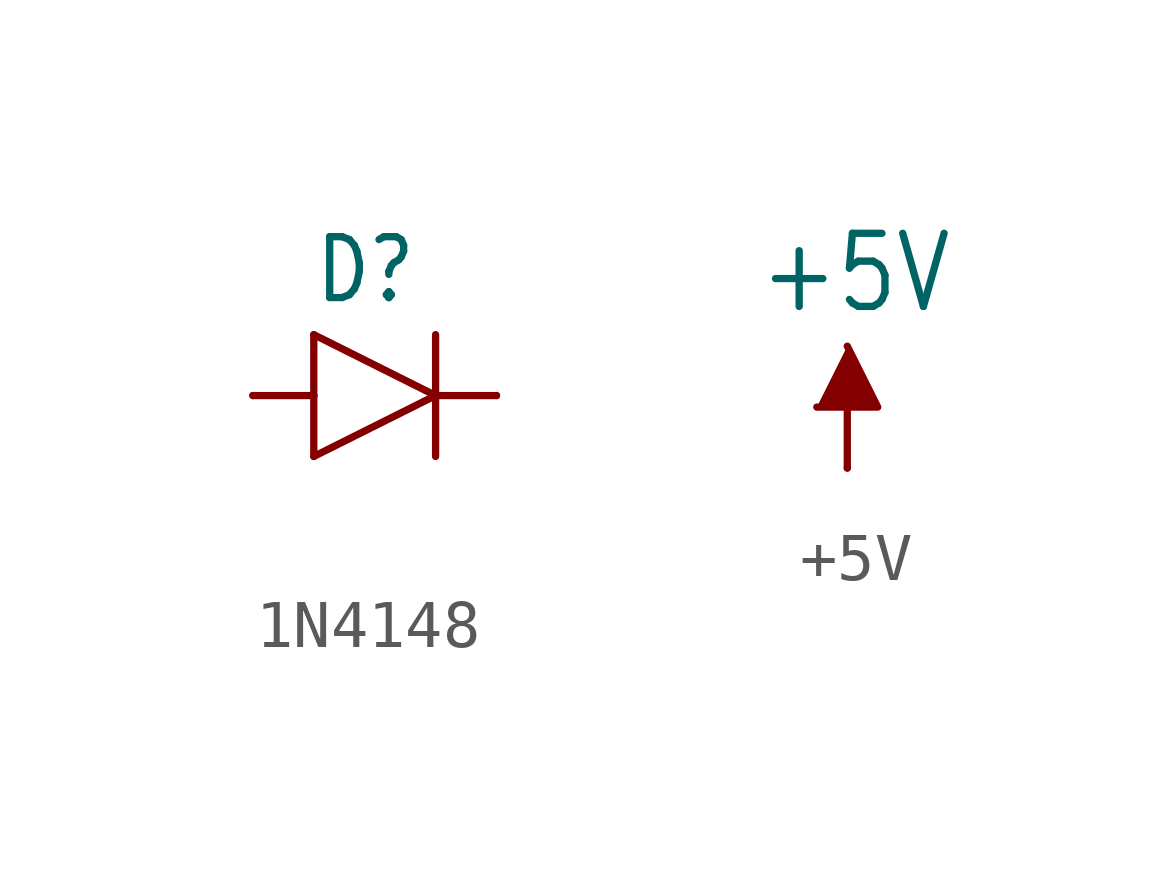
<source format=kicad_sym>
(kicad_symbol_lib
  (version 20220914)
  (generator kicad_symbol_editor)
  (symbol "1N4148"
    (property "Reference" "D"
      (at -1.295 1.88 0)
      (effects (font (size 1.27 1.079)) (justify left bottom)))
    (property "Value" ""
      (at -3.2 -3.226 0)
      (effects (font (size 1.27 1.079)) (justify left bottom)))
    (property "ki_locked" ""
      (at 0 0 0)
      (effects (font (size 1.27 1.27))))
    (symbol "1N4148_1_0"
      (polyline (pts (xy -2.54 0) (xy -1.27 0)) (stroke (width 0.152) (type solid)) (fill (type none)))
      (polyline (pts (xy -1.27 -1.27) (xy 1.27 0)) (stroke (width 0.152) (type solid)) (fill (type none)))
      (polyline (pts (xy -1.27 0) (xy -1.27 -1.27)) (stroke (width 0.152) (type solid)) (fill (type none)))
      (polyline (pts (xy -1.27 1.27) (xy -1.27 0)) (stroke (width 0.152) (type solid)) (fill (type none)))
      (polyline (pts (xy 1.27 0) (xy -1.27 1.27)) (stroke (width 0.152) (type solid)) (fill (type none)))
      (polyline (pts (xy 1.27 0) (xy 1.27 -1.27)) (stroke (width 0.152) (type solid)) (fill (type none)))
      (polyline (pts (xy 1.27 1.27) (xy 1.27 0)) (stroke (width 0.152) (type solid)) (fill (type none)))
      (polyline (pts (xy 2.54 0) (xy 1.27 0)) (stroke (width 0.152) (type solid)) (fill (type none)))
      (pin passive line (at -2.54 0 0) (length 0) (name "A" (effects (font (size 0 0)))) (number "A" (effects (font (size 0 0)))))
      (pin passive line (at 2.54 0 180) (length 0) (name "K" (effects (font (size 0 0)))) (number "K" (effects (font (size 0 0)))))))
  (symbol "+5V"
    (power)
    (property "Reference" ""
      (at 0 0 0)
      (effects (font (size 1.27 1.27)) hide))
    (property "Value" "+5V"
      (at -1.905 0.635 0)
      (effects (font (size 1.524 1.295)) (justify left bottom)))
    (property "ki_locked" ""
      (at 0 0 0)
      (effects (font (size 1.27 1.27))))
    (symbol "+5V_1_0"
      (polyline (pts (xy 0 -2.54) (xy 0 -1.27)) (stroke (width 0.152) (type solid)) (fill (type none)))
      (polyline (pts (xy -0.635 -1.27) (xy 0.635 -1.27) (xy 0 0)) (stroke (width 0.152) (type solid)) (fill (type outline)))
      (pin power_in line (at 0 -2.54 270) (length 0) (name "+5V" (effects (font (size 0 0)))) (number "1" (effects (font (size 0 0))))))))
</source>
